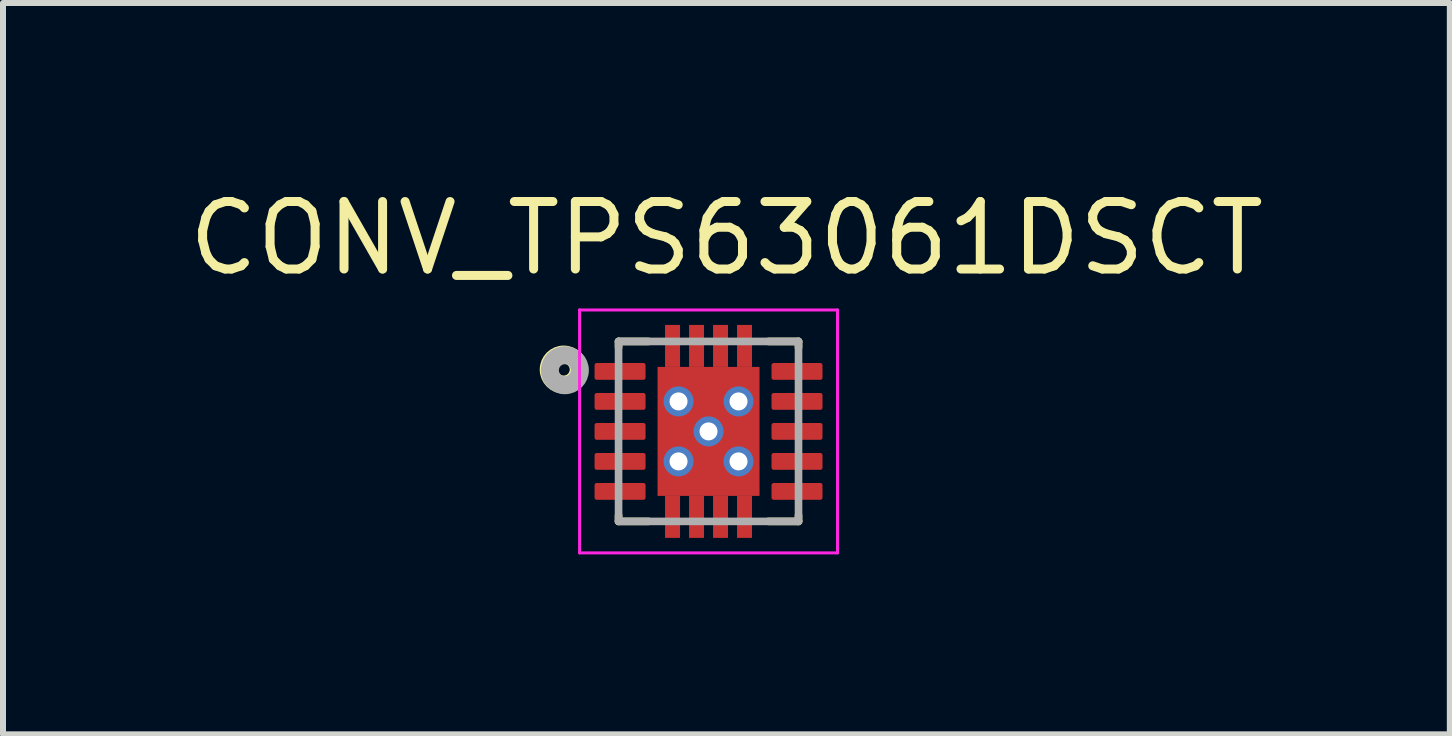
<source format=kicad_pcb>
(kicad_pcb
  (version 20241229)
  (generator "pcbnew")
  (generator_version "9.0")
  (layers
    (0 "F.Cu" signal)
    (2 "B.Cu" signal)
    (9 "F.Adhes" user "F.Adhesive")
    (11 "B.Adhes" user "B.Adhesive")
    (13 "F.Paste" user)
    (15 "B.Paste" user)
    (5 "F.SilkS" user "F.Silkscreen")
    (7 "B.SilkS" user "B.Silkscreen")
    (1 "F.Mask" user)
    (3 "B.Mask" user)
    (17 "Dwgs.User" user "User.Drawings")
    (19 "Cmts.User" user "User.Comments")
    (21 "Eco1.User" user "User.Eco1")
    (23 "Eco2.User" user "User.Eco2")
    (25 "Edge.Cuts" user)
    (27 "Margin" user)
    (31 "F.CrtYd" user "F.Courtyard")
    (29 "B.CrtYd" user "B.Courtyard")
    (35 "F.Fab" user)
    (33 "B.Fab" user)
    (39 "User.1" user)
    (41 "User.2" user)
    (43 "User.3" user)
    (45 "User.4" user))
  (footprint "CONV_TPS63061DSCT"
    (layer "F.Cu")
    (at 8.762 4.142)
    (property "Reference" "CONV_TPS63061DSCT" (at 0.298 -3.22 0) (layer "F.SilkS") (effects (font (size 1.125 1.125) (thickness 0.15))))
    (attr smd)
    (fp_line (start -1.5 -1.5) (end -1.5 -1.4) (stroke (width 0.127) (type solid)) (layer "F.SilkS"))
    (fp_line (start -1.5 1.5) (end -1.5 1.4) (stroke (width 0.127) (type solid)) (layer "F.SilkS"))
    (fp_line (start -1 -1.5) (end -1.5 -1.5) (stroke (width 0.127) (type solid)) (layer "F.SilkS"))
    (fp_line (start -1 1.5) (end -1.5 1.5) (stroke (width 0.127) (type solid)) (layer "F.SilkS"))
    (fp_line (start 1 -1.5) (end 1.5 -1.5) (stroke (width 0.127) (type solid)) (layer "F.SilkS"))
    (fp_line (start 1 1.5) (end 1.5 1.5) (stroke (width 0.127) (type solid)) (layer "F.SilkS"))
    (fp_line (start 1.5 -1.5) (end 1.5 -1.4) (stroke (width 0.127) (type solid)) (layer "F.SilkS"))
    (fp_line (start 1.5 1.5) (end 1.5 1.4) (stroke (width 0.127) (type solid)) (layer "F.SilkS"))
    (fp_circle (center -2.414 -1.031) (end -2.314 -1.031) (stroke (width 0.3) (type solid)) (fill no) (layer "F.SilkS"))
    (fp_poly (pts (xy -0.761 -1.01) (xy -0.11 -1.01) (xy -0.11 -0.11) (xy -0.761 -0.11)) (stroke (width 0.01) (type solid)) (fill yes) (layer "F.Paste"))
    (fp_poly (pts (xy -0.76 0.11) (xy -0.11 0.11) (xy -0.11 1.01) (xy -0.76 1.01)) (stroke (width 0.01) (type solid)) (fill yes) (layer "F.Paste"))
    (fp_poly (pts (xy 0.11 -1.01) (xy 0.76 -1.01) (xy 0.76 -0.11) (xy 0.11 -0.11)) (stroke (width 0.01) (type solid)) (fill yes) (layer "F.Paste"))
    (fp_poly (pts (xy 0.11 0.11) (xy 0.76 0.11) (xy 0.76 1.012) (xy 0.11 1.012)) (stroke (width 0.01) (type solid)) (fill yes) (layer "F.Paste"))
    (fp_line (start -2.15 -2.025) (end -2.15 2.025) (stroke (width 0.05) (type solid)) (layer "F.CrtYd"))
    (fp_line (start -2.15 -2.025) (end 2.15 -2.025) (stroke (width 0.05) (type solid)) (layer "F.CrtYd"))
    (fp_line (start -2.15 2.025) (end 2.15 2.025) (stroke (width 0.05) (type solid)) (layer "F.CrtYd"))
    (fp_line (start 2.15 -2.025) (end 2.15 2.025) (stroke (width 0.05) (type solid)) (layer "F.CrtYd"))
    (fp_line (start -1.5 -1.5) (end -1.5 1.5) (stroke (width 0.127) (type solid)) (layer "F.Fab"))
    (fp_line (start -1.5 -1.5) (end 1.5 -1.5) (stroke (width 0.127) (type solid)) (layer "F.Fab"))
    (fp_line (start -1.5 1.5) (end 1.5 1.5) (stroke (width 0.127) (type solid)) (layer "F.Fab"))
    (fp_line (start 1.5 -1.5) (end 1.5 1.5) (stroke (width 0.127) (type solid)) (layer "F.Fab"))
    (fp_circle (center -2.395 -1.02) (end -2.295 -1.02) (stroke (width 0.3) (type solid)) (fill no) (layer "F.Fab"))
    (pad "1" smd roundrect (at -1.475 -1) (size 0.85 0.28) (layers "F.Cu" "F.Mask" "F.Paste") (roundrect_rratio 0.125))
    (pad "2" smd roundrect (at -1.475 -0.5) (size 0.85 0.28) (layers "F.Cu" "F.Mask" "F.Paste") (roundrect_rratio 0.125))
    (pad "3" smd roundrect (at -1.475 0) (size 0.85 0.28) (layers "F.Cu" "F.Mask" "F.Paste") (roundrect_rratio 0.125))
    (pad "4" smd roundrect (at -1.475 0.5) (size 0.85 0.28) (layers "F.Cu" "F.Mask" "F.Paste") (roundrect_rratio 0.125))
    (pad "5" smd roundrect (at -1.475 1) (size 0.85 0.28) (layers "F.Cu" "F.Mask" "F.Paste") (roundrect_rratio 0.125))
    (pad "6" smd roundrect (at 1.475 1) (size 0.85 0.28) (layers "F.Cu" "F.Mask" "F.Paste") (roundrect_rratio 0.125))
    (pad "7" smd roundrect (at 1.475 0.5) (size 0.85 0.28) (layers "F.Cu" "F.Mask" "F.Paste") (roundrect_rratio 0.125))
    (pad "8" smd roundrect (at 1.475 0) (size 0.85 0.28) (layers "F.Cu" "F.Mask" "F.Paste") (roundrect_rratio 0.125))
    (pad "9" smd roundrect (at 1.475 -0.5) (size 0.85 0.28) (layers "F.Cu" "F.Mask" "F.Paste") (roundrect_rratio 0.125))
    (pad "10" smd roundrect (at 1.475 -1) (size 0.85 0.28) (layers "F.Cu" "F.Mask" "F.Paste") (roundrect_rratio 0.125))
    (pad "11" smd rect (at 0 0) (size 1.7 2.15) (layers "F.Cu" "F.Mask"))
    (pad "11_1" smd rect (at -0.6 -1.425) (size 0.25 0.7) (layers "F.Cu" "F.Mask" "F.Paste"))
    (pad "11_2" smd rect (at -0.2 -1.425) (size 0.25 0.7) (layers "F.Cu" "F.Mask" "F.Paste"))
    (pad "11_3" smd rect (at 0.2 -1.425) (size 0.25 0.7) (layers "F.Cu" "F.Mask" "F.Paste"))
    (pad "11_4" smd rect (at 0.6 -1.425) (size 0.25 0.7) (layers "F.Cu" "F.Mask" "F.Paste"))
    (pad "11_5" smd rect (at -0.6 1.425) (size 0.25 0.7) (layers "F.Cu" "F.Mask" "F.Paste"))
    (pad "11_6" smd rect (at -0.2 1.425) (size 0.25 0.7) (layers "F.Cu" "F.Mask" "F.Paste"))
    (pad "11_7" smd rect (at 0.2 1.425) (size 0.25 0.7) (layers "F.Cu" "F.Mask" "F.Paste"))
    (pad "11_8" smd rect (at 0.6 1.425) (size 0.25 0.7) (layers "F.Cu" "F.Mask" "F.Paste"))
    (pad "11_9" thru_hole circle (at -0.5 -0.5) (size 0.5 0.5) (drill 0.3) (layers "*.Cu" "*.Mask"))
    (pad "11_10" thru_hole circle (at 0.5 -0.5) (size 0.5 0.5) (drill 0.3) (layers "*.Cu" "*.Mask"))
    (pad "11_11" thru_hole circle (at 0 0) (size 0.5 0.5) (drill 0.3) (layers "*.Cu" "*.Mask"))
    (pad "11_12" thru_hole circle (at -0.5 0.5) (size 0.5 0.5) (drill 0.3) (layers "*.Cu" "*.Mask"))
    (pad "11_13" thru_hole circle (at 0.5 0.5) (size 0.5 0.5) (drill 0.3) (layers "*.Cu" "*.Mask")))
  (gr_rect
    (start -3 -3)
    (end 21.12 9.192)
    (stroke (width 0.1) (type default))
    (fill no)
    (layer "Edge.Cuts")))
</source>
